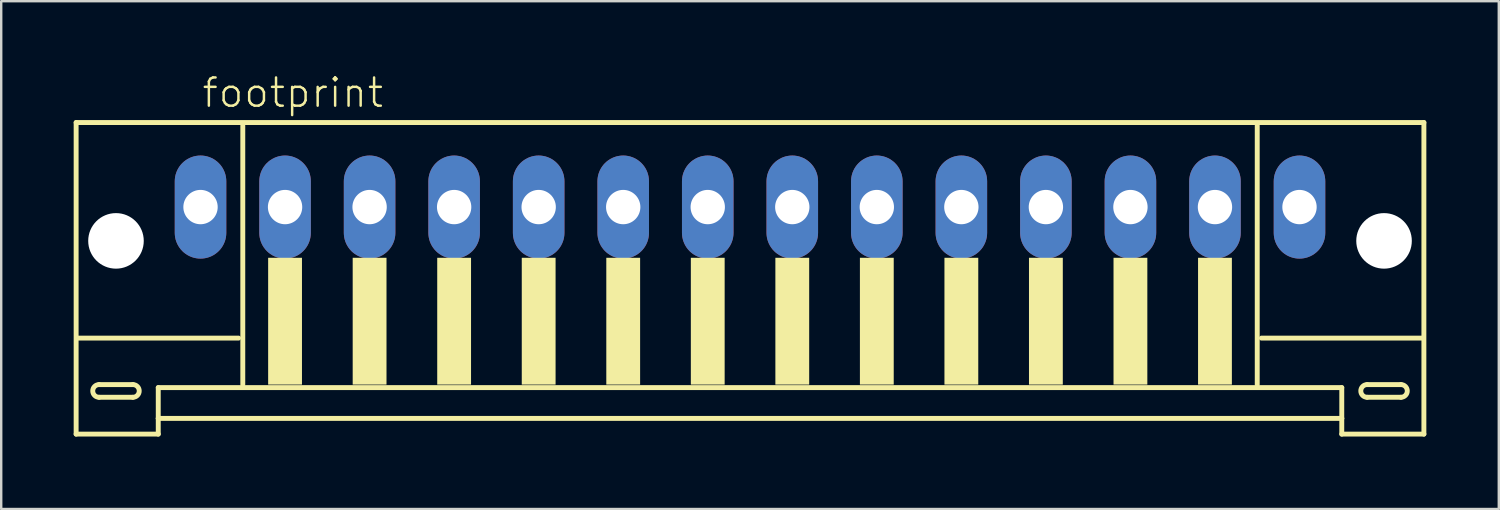
<source format=kicad_pcb>
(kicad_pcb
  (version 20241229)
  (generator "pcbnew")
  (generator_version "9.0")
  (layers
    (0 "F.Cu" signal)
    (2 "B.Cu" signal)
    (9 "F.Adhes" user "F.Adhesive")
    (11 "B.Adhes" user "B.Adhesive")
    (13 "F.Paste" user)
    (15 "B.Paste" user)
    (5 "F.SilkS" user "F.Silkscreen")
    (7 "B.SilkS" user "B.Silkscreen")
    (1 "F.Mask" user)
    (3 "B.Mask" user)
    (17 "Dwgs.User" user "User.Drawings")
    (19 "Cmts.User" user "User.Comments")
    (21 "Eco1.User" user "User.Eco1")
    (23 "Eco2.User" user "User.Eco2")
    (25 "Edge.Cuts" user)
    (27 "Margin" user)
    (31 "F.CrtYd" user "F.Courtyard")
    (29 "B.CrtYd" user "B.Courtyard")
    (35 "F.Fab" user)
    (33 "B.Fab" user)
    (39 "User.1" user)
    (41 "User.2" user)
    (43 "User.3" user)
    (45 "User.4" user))
  (footprint "footprint"
    (layer "F.Cu")
    (at 28.002 7.273)
    (property "Reference" "footprint" (at -22.75 -5.8 0) (layer "F.SilkS") (effects (font (size 1.168 1.168) (thickness 0.102)) (justify left bottom)))
    (fp_line (start -27.9 -5.25) (end -27.9 7.65) (stroke (width 0.203) (type solid)) (layer "F.SilkS"))
    (fp_line (start -27.9 7.65) (end -24.5 7.65) (stroke (width 0.203) (type solid)) (layer "F.SilkS"))
    (fp_line (start -26.95 5.6) (end -25.55 5.6) (stroke (width 0.203) (type solid)) (layer "F.SilkS"))
    (fp_line (start -25.55 6.125) (end -26.95 6.125) (stroke (width 0.203) (type solid)) (layer "F.SilkS"))
    (fp_line (start -24.5 5.725) (end 24.5 5.725) (stroke (width 0.203) (type solid)) (layer "F.SilkS"))
    (fp_line (start -24.5 7) (end -24.5 5.725) (stroke (width 0.203) (type solid)) (layer "F.SilkS"))
    (fp_line (start -24.5 7) (end 24.5 7) (stroke (width 0.203) (type solid)) (layer "F.SilkS"))
    (fp_line (start -24.5 7.65) (end -24.5 7) (stroke (width 0.203) (type solid)) (layer "F.SilkS"))
    (fp_line (start -21.175 3.675) (end -27.825 3.675) (stroke (width 0.203) (type solid)) (layer "F.SilkS"))
    (fp_line (start -21 -5.125) (end -21 5.6) (stroke (width 0.203) (type solid)) (layer "F.SilkS"))
    (fp_line (start 21 5.6) (end 21 -5.125) (stroke (width 0.203) (type solid)) (layer "F.SilkS"))
    (fp_line (start 24.5 5.725) (end 24.5 7) (stroke (width 0.203) (type solid)) (layer "F.SilkS"))
    (fp_line (start 24.5 7) (end 24.5 7.65) (stroke (width 0.203) (type solid)) (layer "F.SilkS"))
    (fp_line (start 24.5 7.65) (end 27.9 7.65) (stroke (width 0.203) (type solid)) (layer "F.SilkS"))
    (fp_line (start 25.55 5.6) (end 26.95 5.6) (stroke (width 0.203) (type solid)) (layer "F.SilkS"))
    (fp_line (start 26.95 6.125) (end 25.55 6.125) (stroke (width 0.203) (type solid)) (layer "F.SilkS"))
    (fp_line (start 27.825 3.675) (end 21.175 3.675) (stroke (width 0.203) (type solid)) (layer "F.SilkS"))
    (fp_line (start 27.9 -5.25) (end -27.9 -5.25) (stroke (width 0.203) (type solid)) (layer "F.SilkS"))
    (fp_line (start 27.9 7.65) (end 27.9 -5.25) (stroke (width 0.203) (type solid)) (layer "F.SilkS"))
    (fp_arc (start -26.95 6.125) (mid -27.2125 5.8625) (end -26.95 5.6) (stroke (width 0.2032) (type solid)) (layer "F.SilkS"))
    (fp_arc (start -25.55 5.6) (mid -25.2875 5.8625) (end -25.55 6.125) (stroke (width 0.2032) (type solid)) (layer "F.SilkS"))
    (fp_arc (start 25.55 6.125) (mid 25.2875 5.8625) (end 25.55 5.6) (stroke (width 0.2032) (type solid)) (layer "F.SilkS"))
    (fp_arc (start 26.95 5.6) (mid 27.2125 5.8625) (end 26.95 6.125) (stroke (width 0.2032) (type solid)) (layer "F.SilkS"))
    (fp_poly (pts (xy -19.95 5.6) (xy -18.55 5.6) (xy -18.55 0.35) (xy -19.95 0.35)) (stroke (width 0) (type solid)) (fill yes) (layer "F.SilkS"))
    (fp_poly (pts (xy -16.45 5.6) (xy -15.05 5.6) (xy -15.05 0.35) (xy -16.45 0.35)) (stroke (width 0) (type solid)) (fill yes) (layer "F.SilkS"))
    (fp_poly (pts (xy -12.95 5.6) (xy -11.55 5.6) (xy -11.55 0.35) (xy -12.95 0.35)) (stroke (width 0) (type solid)) (fill yes) (layer "F.SilkS"))
    (fp_poly (pts (xy -9.45 5.6) (xy -8.05 5.6) (xy -8.05 0.35) (xy -9.45 0.35)) (stroke (width 0) (type solid)) (fill yes) (layer "F.SilkS"))
    (fp_poly (pts (xy -5.95 5.6) (xy -4.55 5.6) (xy -4.55 0.35) (xy -5.95 0.35)) (stroke (width 0) (type solid)) (fill yes) (layer "F.SilkS"))
    (fp_poly (pts (xy -2.45 5.6) (xy -1.05 5.6) (xy -1.05 0.35) (xy -2.45 0.35)) (stroke (width 0) (type solid)) (fill yes) (layer "F.SilkS"))
    (fp_poly (pts (xy 1.05 5.6) (xy 2.45 5.6) (xy 2.45 0.35) (xy 1.05 0.35)) (stroke (width 0) (type solid)) (fill yes) (layer "F.SilkS"))
    (fp_poly (pts (xy 4.55 5.6) (xy 5.95 5.6) (xy 5.95 0.35) (xy 4.55 0.35)) (stroke (width 0) (type solid)) (fill yes) (layer "F.SilkS"))
    (fp_poly (pts (xy 8.05 5.6) (xy 9.45 5.6) (xy 9.45 0.35) (xy 8.05 0.35)) (stroke (width 0) (type solid)) (fill yes) (layer "F.SilkS"))
    (fp_poly (pts (xy 11.55 5.6) (xy 12.95 5.6) (xy 12.95 0.35) (xy 11.55 0.35)) (stroke (width 0) (type solid)) (fill yes) (layer "F.SilkS"))
    (fp_poly (pts (xy 15.05 5.6) (xy 16.45 5.6) (xy 16.45 0.35) (xy 15.05 0.35)) (stroke (width 0) (type solid)) (fill yes) (layer "F.SilkS"))
    (fp_poly (pts (xy 18.55 5.6) (xy 19.95 5.6) (xy 19.95 0.35) (xy 18.55 0.35)) (stroke (width 0) (type solid)) (fill yes) (layer "F.SilkS"))
    (pad "" np_thru_hole circle (at -26.25 -0.35) (size 2.3 2.3) (drill 2.3) (layers "*.Cu" "*.Mask"))
    (pad "" np_thru_hole circle (at 26.25 -0.35) (size 2.3 2.3) (drill 2.3) (layers "*.Cu" "*.Mask"))
    (pad "1" thru_hole oval (at -22.75 -1.75 90) (size 4.267 2.134) (drill 1.422) (layers "*.Cu" "*.Mask"))
    (pad "2" thru_hole oval (at -19.25 -1.75 90) (size 4.267 2.134) (drill 1.422) (layers "*.Cu" "*.Mask"))
    (pad "3" thru_hole oval (at -15.75 -1.75 90) (size 4.267 2.134) (drill 1.422) (layers "*.Cu" "*.Mask"))
    (pad "4" thru_hole oval (at -12.25 -1.75 90) (size 4.267 2.134) (drill 1.422) (layers "*.Cu" "*.Mask"))
    (pad "5" thru_hole oval (at -8.75 -1.75 90) (size 4.267 2.134) (drill 1.422) (layers "*.Cu" "*.Mask"))
    (pad "6" thru_hole oval (at -5.25 -1.75 90) (size 4.267 2.134) (drill 1.422) (layers "*.Cu" "*.Mask"))
    (pad "7" thru_hole oval (at -1.75 -1.75 90) (size 4.267 2.134) (drill 1.422) (layers "*.Cu" "*.Mask"))
    (pad "8" thru_hole oval (at 1.75 -1.75 90) (size 4.267 2.134) (drill 1.422) (layers "*.Cu" "*.Mask"))
    (pad "9" thru_hole oval (at 5.25 -1.75 90) (size 4.267 2.134) (drill 1.422) (layers "*.Cu" "*.Mask"))
    (pad "10" thru_hole oval (at 8.75 -1.75 90) (size 4.267 2.134) (drill 1.422) (layers "*.Cu" "*.Mask"))
    (pad "11" thru_hole oval (at 12.25 -1.75 90) (size 4.267 2.134) (drill 1.422) (layers "*.Cu" "*.Mask"))
    (pad "12" thru_hole oval (at 15.75 -1.75 90) (size 4.267 2.134) (drill 1.422) (layers "*.Cu" "*.Mask"))
    (pad "13" thru_hole oval (at 19.25 -1.75 90) (size 4.267 2.134) (drill 1.422) (layers "*.Cu" "*.Mask"))
    (pad "14" thru_hole oval (at 22.75 -1.75 90) (size 4.267 2.134) (drill 1.422) (layers "*.Cu" "*.Mask")))
  (gr_rect
    (start -3 -3)
    (end 59.003 18.025)
    (stroke (width 0.1) (type default))
    (fill no)
    (layer "Edge.Cuts")))
</source>
